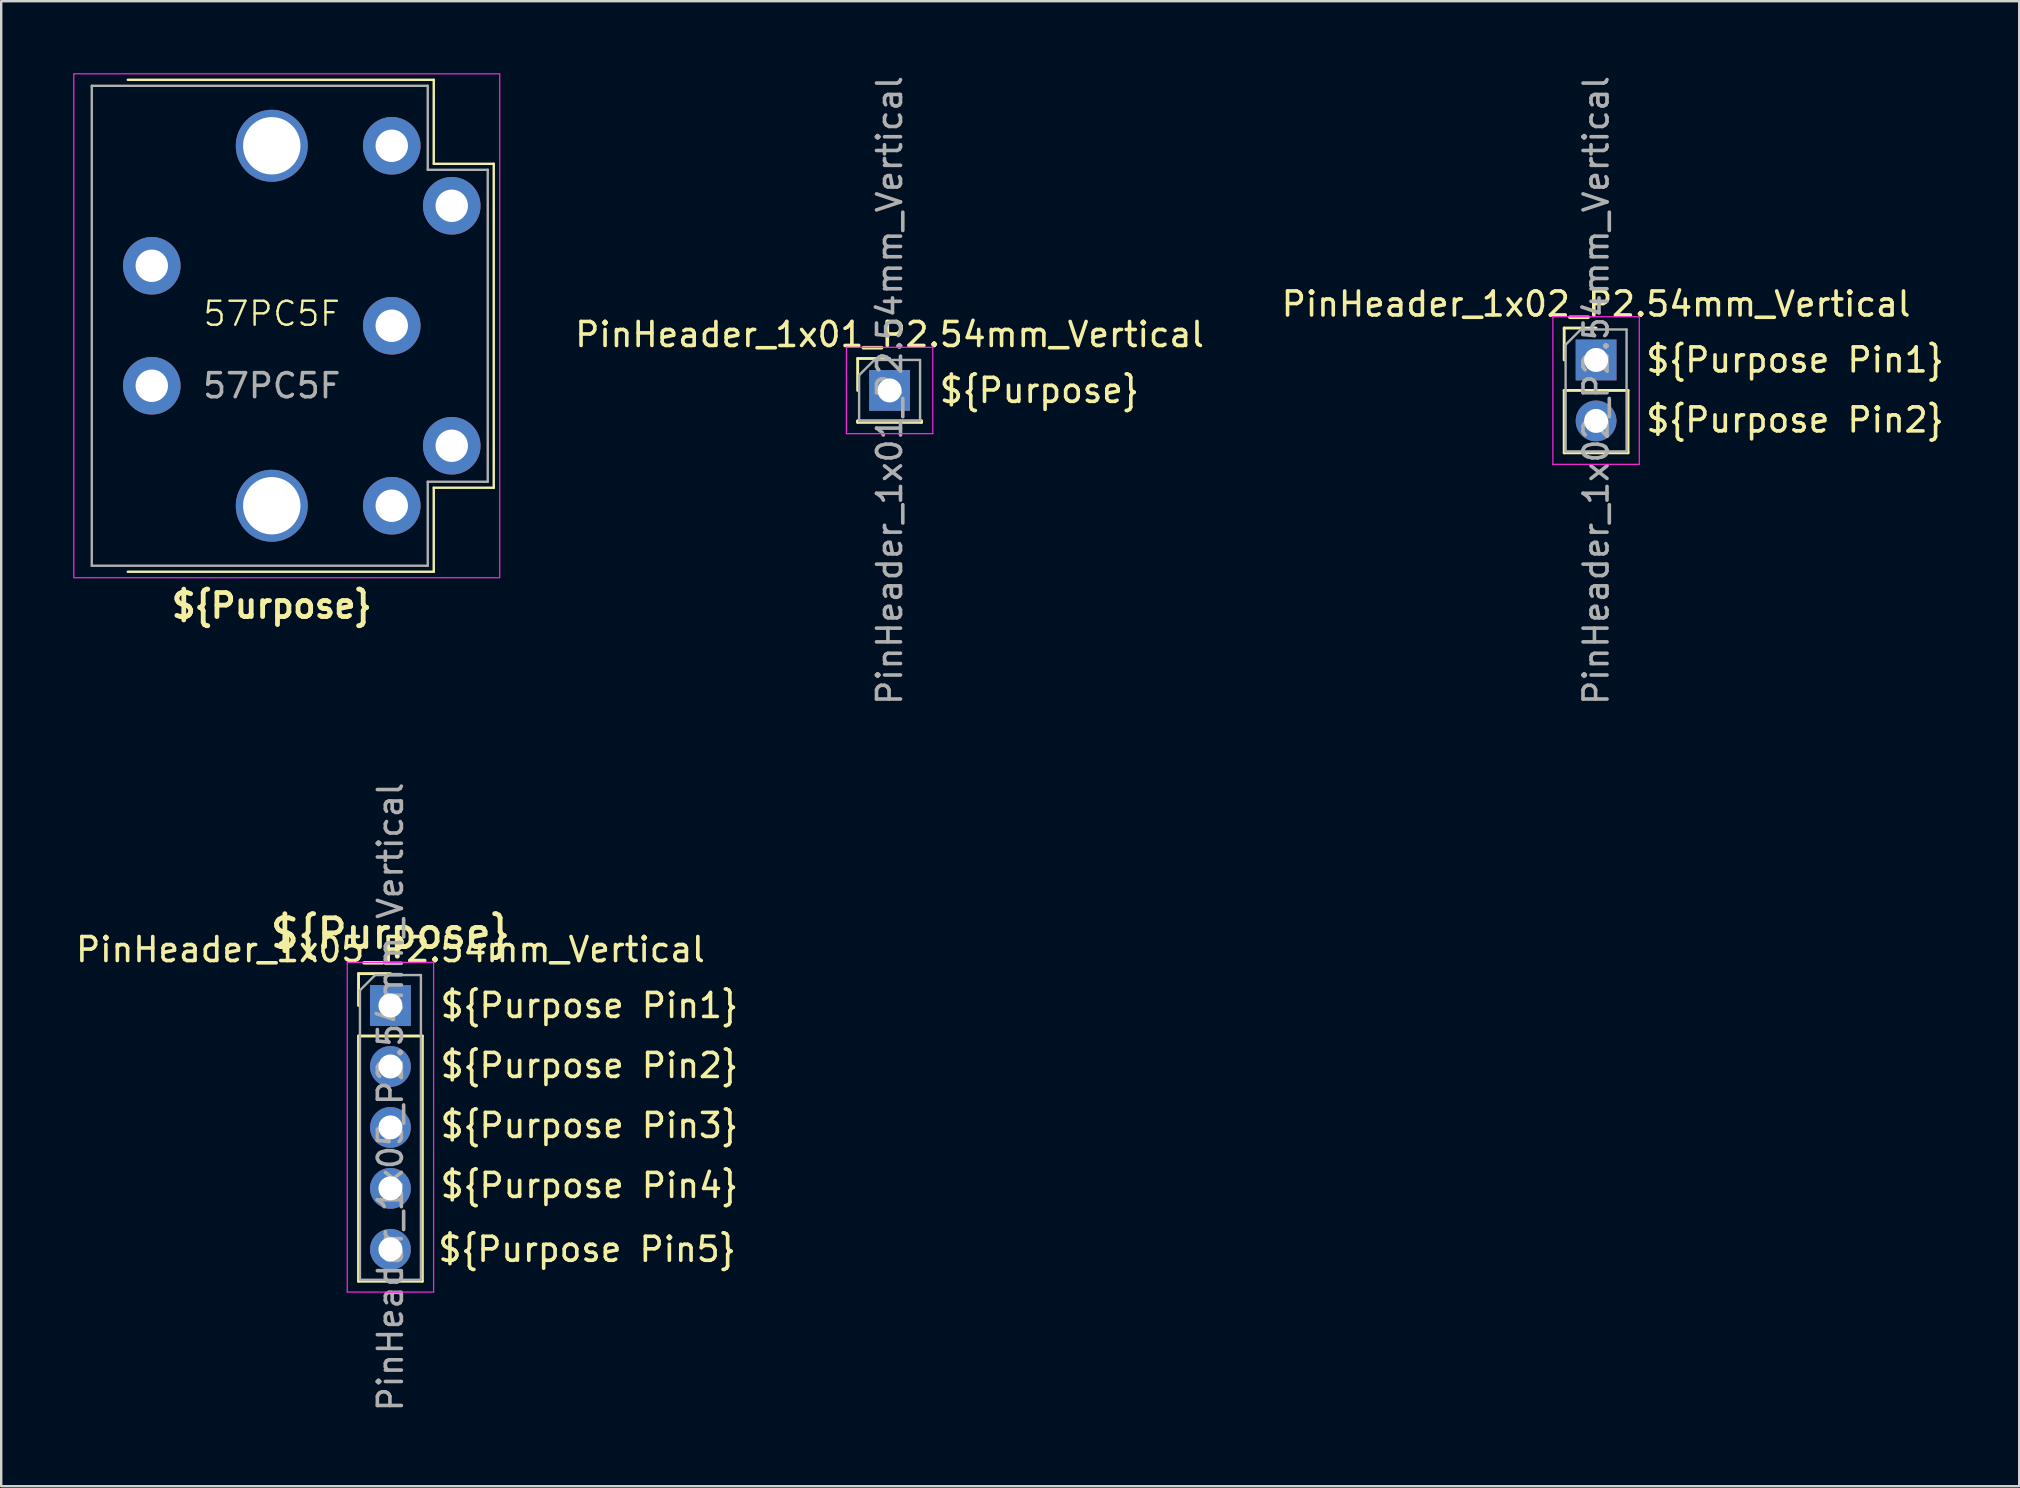
<source format=kicad_pcb>
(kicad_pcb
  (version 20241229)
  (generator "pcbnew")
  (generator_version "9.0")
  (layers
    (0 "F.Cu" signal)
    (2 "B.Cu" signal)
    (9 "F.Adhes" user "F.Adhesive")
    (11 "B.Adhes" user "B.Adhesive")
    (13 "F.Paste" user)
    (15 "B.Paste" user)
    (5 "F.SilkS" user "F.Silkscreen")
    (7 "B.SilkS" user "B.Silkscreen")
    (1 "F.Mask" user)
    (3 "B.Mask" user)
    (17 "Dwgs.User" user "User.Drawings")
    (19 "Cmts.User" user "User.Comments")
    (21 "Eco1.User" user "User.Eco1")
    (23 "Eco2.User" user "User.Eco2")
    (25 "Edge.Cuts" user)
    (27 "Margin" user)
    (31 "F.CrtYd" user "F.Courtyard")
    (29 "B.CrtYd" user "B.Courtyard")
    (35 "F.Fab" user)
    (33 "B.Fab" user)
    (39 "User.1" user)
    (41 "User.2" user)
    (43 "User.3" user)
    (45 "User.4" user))
  (footprint "57PC5F"
    (layer "F.Cu")
    (at 8.275 10.525)
    (property "Reference" "57PC5F" (at 0 -0.5 0) (unlocked yes) (layer "F.SilkS") (effects (font (size 1 1) (thickness 0.1))))
    (attr through_hole)
    (fp_line (start -6 -10.25) (end 6.75 -10.25) (stroke (width 0.1) (type default)) (layer "F.SilkS"))
    (fp_line (start 6.75 -10.25) (end 6.75 -6.75) (stroke (width 0.1) (type default)) (layer "F.SilkS"))
    (fp_line (start 6.75 -6.75) (end 9.25 -6.75) (stroke (width 0.1) (type default)) (layer "F.SilkS"))
    (fp_line (start 6.75 6.75) (end 6.75 10.25) (stroke (width 0.1) (type default)) (layer "F.SilkS"))
    (fp_line (start 6.75 10.25) (end -6 10.25) (stroke (width 0.1) (type default)) (layer "F.SilkS"))
    (fp_line (start 9.25 -6.75) (end 9.25 6.75) (stroke (width 0.1) (type default)) (layer "F.SilkS"))
    (fp_line (start 9.25 6.75) (end 6.75 6.75) (stroke (width 0.1) (type default)) (layer "F.SilkS"))
    (fp_rect (start -8.25 -10.5) (end 9.5 10.5) (stroke (width 0.05) (type default)) (fill no) (layer "F.CrtYd"))
    (fp_line (start -7.5 -10) (end -7.5 10) (stroke (width 0.1) (type default)) (layer "F.Fab"))
    (fp_line (start -7.5 -10) (end 6.5 -10) (stroke (width 0.1) (type default)) (layer "F.Fab"))
    (fp_line (start 6.5 -10) (end 6.5 -6.5) (stroke (width 0.1) (type default)) (layer "F.Fab"))
    (fp_line (start 6.5 -6.5) (end 9 -6.5) (stroke (width 0.1) (type default)) (layer "F.Fab"))
    (fp_line (start 6.5 6.5) (end 6.5 10) (stroke (width 0.1) (type default)) (layer "F.Fab"))
    (fp_line (start 6.5 10) (end -7.5 10) (stroke (width 0.1) (type default)) (layer "F.Fab"))
    (fp_line (start 9 -6.5) (end 9 6.5) (stroke (width 0.1) (type default)) (layer "F.Fab"))
    (fp_line (start 9 6.5) (end 6.5 6.5) (stroke (width 0.1) (type default)) (layer "F.Fab"))
    (fp_text user "${Purpose}" (at 0 12.25 0) (unlocked yes) (layer "F.SilkS") (effects (font (size 1 1) (thickness 0.2) (bold yes)) (justify bottom)))
    (fp_text user "${REFERENCE}" (at 0 2.5 0) (unlocked yes) (layer "F.Fab") (effects (font (size 1 1) (thickness 0.15))))
    (pad "1" thru_hole circle (at 5 7.5) (size 2.4 2.4) (drill 1.35) (layers "*.Cu" "*.Mask"))
    (pad "2" thru_hole circle (at 5 0) (size 2.4 2.4) (drill 1.35) (layers "*.Cu" "*.Mask"))
    (pad "3" thru_hole circle (at 5 -7.5) (size 2.4 2.4) (drill 1.35) (layers "*.Cu" "*.Mask"))
    (pad "4" thru_hole circle (at 7.5 5) (size 2.4 2.4) (drill 1.35) (layers "*.Cu" "*.Mask"))
    (pad "5" thru_hole circle (at 7.5 -5) (size 2.4 2.4) (drill 1.35) (layers "*.Cu" "*.Mask"))
    (pad "6" thru_hole circle (at -5 -2.5) (size 2.4 2.4) (drill 1.35) (layers "*.Cu" "*.Mask"))
    (pad "6" thru_hole circle (at -5 2.5) (size 2.4 2.4) (drill 1.35) (layers "*.Cu" "*.Mask"))
    (pad "6" thru_hole circle (at 0 -7.5) (size 3 3) (drill 2.39) (layers "*.Cu" "*.Mask"))
    (pad "6" thru_hole circle (at 0 7.5) (size 3 3) (drill 2.39) (layers "*.Cu" "*.Mask")))
  (footprint "PinHeader_1x01_P2.54mm_Vertical"
    (layer "F.Cu")
    (at 34.02 13.22)
    (property "Reference" "PinHeader_1x01_P2.54mm_Vertical" (at 0 -2.33 0) (layer "F.SilkS") (effects (font (size 1 1) (thickness 0.15))))
    (attr through_hole)
    (fp_line (start -1.33 -1.33) (end 0 -1.33) (stroke (width 0.12) (type solid)) (layer "F.SilkS"))
    (fp_line (start -1.33 0) (end -1.33 -1.33) (stroke (width 0.12) (type solid)) (layer "F.SilkS"))
    (fp_line (start -1.33 1.27) (end -1.33 1.33) (stroke (width 0.12) (type solid)) (layer "F.SilkS"))
    (fp_line (start -1.33 1.27) (end 1.33 1.27) (stroke (width 0.12) (type solid)) (layer "F.SilkS"))
    (fp_line (start -1.33 1.33) (end 1.33 1.33) (stroke (width 0.12) (type solid)) (layer "F.SilkS"))
    (fp_line (start 1.33 1.27) (end 1.33 1.33) (stroke (width 0.12) (type solid)) (layer "F.SilkS"))
    (fp_line (start -1.8 -1.8) (end -1.8 1.8) (stroke (width 0.05) (type solid)) (layer "F.CrtYd"))
    (fp_line (start -1.8 1.8) (end 1.8 1.8) (stroke (width 0.05) (type solid)) (layer "F.CrtYd"))
    (fp_line (start 1.8 -1.8) (end -1.8 -1.8) (stroke (width 0.05) (type solid)) (layer "F.CrtYd"))
    (fp_line (start 1.8 1.8) (end 1.8 -1.8) (stroke (width 0.05) (type solid)) (layer "F.CrtYd"))
    (fp_line (start -1.27 -0.635) (end -0.635 -1.27) (stroke (width 0.1) (type solid)) (layer "F.Fab"))
    (fp_line (start -1.27 1.27) (end -1.27 -0.635) (stroke (width 0.1) (type solid)) (layer "F.Fab"))
    (fp_line (start -0.635 -1.27) (end 1.27 -1.27) (stroke (width 0.1) (type solid)) (layer "F.Fab"))
    (fp_line (start 1.27 -1.27) (end 1.27 1.27) (stroke (width 0.1) (type solid)) (layer "F.Fab"))
    (fp_line (start 1.27 1.27) (end -1.27 1.27) (stroke (width 0.1) (type solid)) (layer "F.Fab"))
    (fp_text user "${Purpose}" (at 2 0 0) (layer "F.SilkS") (effects (font (size 1 1) (thickness 0.15)) (justify left)))
    (fp_text user "${REFERENCE}" (at 0 0 90) (layer "F.Fab") (effects (font (size 1 1) (thickness 0.15))))
    (pad "1" thru_hole rect (at 0 0) (size 1.7 1.7) (drill 1) (layers "*.Cu" "*.Mask")))
  (footprint "PinHeader_1x05_P2.54mm_Vertical"
    (layer "F.Cu")
    (at 13.22 38.851)
    (property "Reference" "PinHeader_1x05_P2.54mm_Vertical" (at 0 -2.33 0) (layer "F.SilkS") (effects (font (size 1 1) (thickness 0.15))))
    (attr through_hole)
    (fp_line (start -1.33 -1.33) (end 0 -1.33) (stroke (width 0.12) (type solid)) (layer "F.SilkS"))
    (fp_line (start -1.33 0) (end -1.33 -1.33) (stroke (width 0.12) (type solid)) (layer "F.SilkS"))
    (fp_line (start -1.33 1.27) (end -1.33 11.49) (stroke (width 0.12) (type solid)) (layer "F.SilkS"))
    (fp_line (start -1.33 1.27) (end 1.33 1.27) (stroke (width 0.12) (type solid)) (layer "F.SilkS"))
    (fp_line (start -1.33 11.49) (end 1.33 11.49) (stroke (width 0.12) (type solid)) (layer "F.SilkS"))
    (fp_line (start 1.33 1.27) (end 1.33 11.49) (stroke (width 0.12) (type solid)) (layer "F.SilkS"))
    (fp_line (start -1.8 -1.8) (end -1.8 11.94) (stroke (width 0.05) (type solid)) (layer "F.CrtYd"))
    (fp_line (start -1.8 11.94) (end 1.8 11.94) (stroke (width 0.05) (type solid)) (layer "F.CrtYd"))
    (fp_line (start 1.8 -1.8) (end -1.8 -1.8) (stroke (width 0.05) (type solid)) (layer "F.CrtYd"))
    (fp_line (start 1.8 11.94) (end 1.8 -1.8) (stroke (width 0.05) (type solid)) (layer "F.CrtYd"))
    (fp_line (start -1.27 -0.635) (end -0.635 -1.27) (stroke (width 0.1) (type solid)) (layer "F.Fab"))
    (fp_line (start -1.27 11.43) (end -1.27 -0.635) (stroke (width 0.1) (type solid)) (layer "F.Fab"))
    (fp_line (start -0.635 -1.27) (end 1.27 -1.27) (stroke (width 0.1) (type solid)) (layer "F.Fab"))
    (fp_line (start 1.27 -1.27) (end 1.27 11.43) (stroke (width 0.1) (type solid)) (layer "F.Fab"))
    (fp_line (start 1.27 11.43) (end -1.27 11.43) (stroke (width 0.1) (type solid)) (layer "F.Fab"))
    (fp_text user "${Purpose Pin2}" (at 2 2.5 0) (layer "F.SilkS") (effects (font (size 1 1) (thickness 0.15)) (justify left)))
    (fp_text user "${Purpose Pin3}" (at 2 5 0) (layer "F.SilkS") (effects (font (size 1 1) (thickness 0.15)) (justify left)))
    (fp_text user "${Purpose}" (at 0 -3 0) (layer "F.SilkS") (effects (font (size 1.2 1.2) (thickness 0.2))))
    (fp_text user "${Purpose Pin1}" (at 2 0 0) (layer "F.SilkS") (effects (font (size 1 1) (thickness 0.15)) (justify left)))
    (fp_text user "${Purpose Pin4}" (at 2 7.5 0) (layer "F.SilkS") (effects (font (size 1 1) (thickness 0.15)) (justify left)))
    (fp_text user "${Purpose Pin5}" (at 1.905 10.16 0) (layer "F.SilkS") (effects (font (size 1 1) (thickness 0.15)) (justify left)))
    (fp_text user "${REFERENCE}" (at 0 3.81 90) (layer "F.Fab") (effects (font (size 1 1) (thickness 0.15))))
    (pad "1" thru_hole rect (at 0 0) (size 1.7 1.7) (drill 1) (layers "*.Cu" "*.Mask"))
    (pad "2" thru_hole oval (at 0 2.54) (size 1.7 1.7) (drill 1) (layers "*.Cu" "*.Mask"))
    (pad "3" thru_hole oval (at 0 5.08) (size 1.7 1.7) (drill 1) (layers "*.Cu" "*.Mask"))
    (pad "4" thru_hole oval (at 0 7.62) (size 1.7 1.7) (drill 1) (layers "*.Cu" "*.Mask"))
    (pad "5" thru_hole oval (at 0 10.16) (size 1.7 1.7) (drill 1) (layers "*.Cu" "*.Mask")))
  (footprint "PinHeader_1x02_P2.54mm_Vertical"
    (layer "F.Cu")
    (at 63.461 11.95)
    (property "Reference" "PinHeader_1x02_P2.54mm_Vertical" (at 0 -2.33 0) (layer "F.SilkS") (effects (font (size 1 1) (thickness 0.15))))
    (attr through_hole)
    (fp_line (start -1.33 -1.33) (end 0 -1.33) (stroke (width 0.12) (type solid)) (layer "F.SilkS"))
    (fp_line (start -1.33 0) (end -1.33 -1.33) (stroke (width 0.12) (type solid)) (layer "F.SilkS"))
    (fp_line (start -1.33 1.27) (end -1.33 3.87) (stroke (width 0.12) (type solid)) (layer "F.SilkS"))
    (fp_line (start -1.33 1.27) (end 1.33 1.27) (stroke (width 0.12) (type solid)) (layer "F.SilkS"))
    (fp_line (start -1.33 3.87) (end 1.33 3.87) (stroke (width 0.12) (type solid)) (layer "F.SilkS"))
    (fp_line (start 1.33 1.27) (end 1.33 3.87) (stroke (width 0.12) (type solid)) (layer "F.SilkS"))
    (fp_line (start -1.8 -1.8) (end -1.8 4.35) (stroke (width 0.05) (type solid)) (layer "F.CrtYd"))
    (fp_line (start -1.8 4.35) (end 1.8 4.35) (stroke (width 0.05) (type solid)) (layer "F.CrtYd"))
    (fp_line (start 1.8 -1.8) (end -1.8 -1.8) (stroke (width 0.05) (type solid)) (layer "F.CrtYd"))
    (fp_line (start 1.8 4.35) (end 1.8 -1.8) (stroke (width 0.05) (type solid)) (layer "F.CrtYd"))
    (fp_line (start -1.27 -0.635) (end -0.635 -1.27) (stroke (width 0.1) (type solid)) (layer "F.Fab"))
    (fp_line (start -1.27 3.81) (end -1.27 -0.635) (stroke (width 0.1) (type solid)) (layer "F.Fab"))
    (fp_line (start -0.635 -1.27) (end 1.27 -1.27) (stroke (width 0.1) (type solid)) (layer "F.Fab"))
    (fp_line (start 1.27 -1.27) (end 1.27 3.81) (stroke (width 0.1) (type solid)) (layer "F.Fab"))
    (fp_line (start 1.27 3.81) (end -1.27 3.81) (stroke (width 0.1) (type solid)) (layer "F.Fab"))
    (fp_text user "${Purpose Pin1}" (at 2 0 0) (layer "F.SilkS") (effects (font (size 1 1) (thickness 0.15)) (justify left)))
    (fp_text user "${Purpose Pin2}" (at 2 2.5 0) (layer "F.SilkS") (effects (font (size 1 1) (thickness 0.15)) (justify left)))
    (fp_text user "${REFERENCE}" (at 0 1.27 90) (layer "F.Fab") (effects (font (size 1 1) (thickness 0.15))))
    (pad "1" thru_hole rect (at 0 0) (size 1.7 1.7) (drill 1) (layers "*.Cu" "*.Mask"))
    (pad "2" thru_hole oval (at 0 2.54) (size 1.7 1.7) (drill 1) (layers "*.Cu" "*.Mask")))
  (gr_rect
    (start -3 -3)
    (end 81.092 58.881)
    (stroke (width 0.1) (type default))
    (fill no)
    (layer "Edge.Cuts")))
</source>
